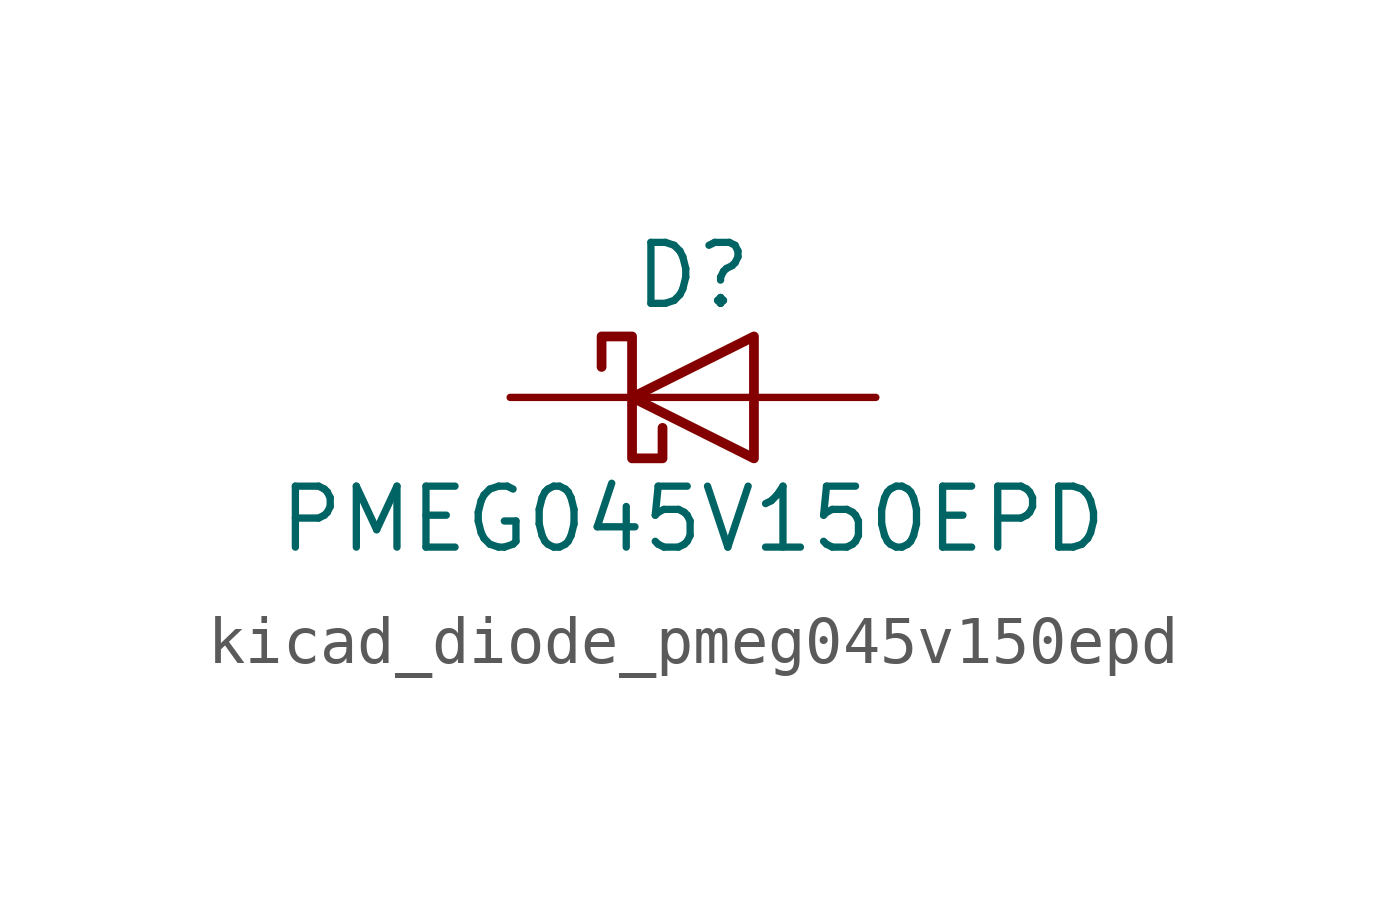
<source format=kicad_sym>
(kicad_symbol_lib
  (version 20220914)
  (generator kicad_symbol_editor)
  (symbol "kicad_diode_pmeg045v150epd"
    (pin_numbers hide)
    (pin_names hide)
    (property "Reference" "D"
      (at 0 2.54 0)
      (effects (font (size 1.27 1.27))))
    (property "Value" "PMEG045V150EPD"
      (at 0 -2.54 0)
      (effects (font (size 1.27 1.27))))
    (symbol "kicad_diode_pmeg045v150epd_0_1"
      (polyline (pts (xy 1.27 0) (xy -1.27 0)) (stroke (width 0) (type default)) (fill (type none)))
      (polyline (pts (xy 1.27 1.27) (xy 1.27 -1.27) (xy -1.27 0) (xy 1.27 1.27)) (stroke (width 0.203) (type default)) (fill (type none)))
      (polyline (pts (xy -1.905 0.635) (xy -1.905 1.27) (xy -1.27 1.27) (xy -1.27 -1.27) (xy -0.635 -1.27) (xy -0.635 -0.635)) (stroke (width 0.203) (type default)) (fill (type none))))
    (symbol "kicad_diode_pmeg045v150epd_1_1"
      (pin passive line (at 3.81 0 180) (length 2.54) (name "A" (effects (font (size 1.27 1.27)))) (number "1" (effects (font (size 1.27 1.27)))))
      (pin passive line (at 3.81 0 180) (length 2.54) hide (name "A" (effects (font (size 1.27 1.27)))) (number "2" (effects (font (size 1.27 1.27)))))
      (pin passive line (at -3.81 0 0) (length 2.54) (name "K" (effects (font (size 1.27 1.27)))) (number "3" (effects (font (size 1.27 1.27))))))))
</source>
